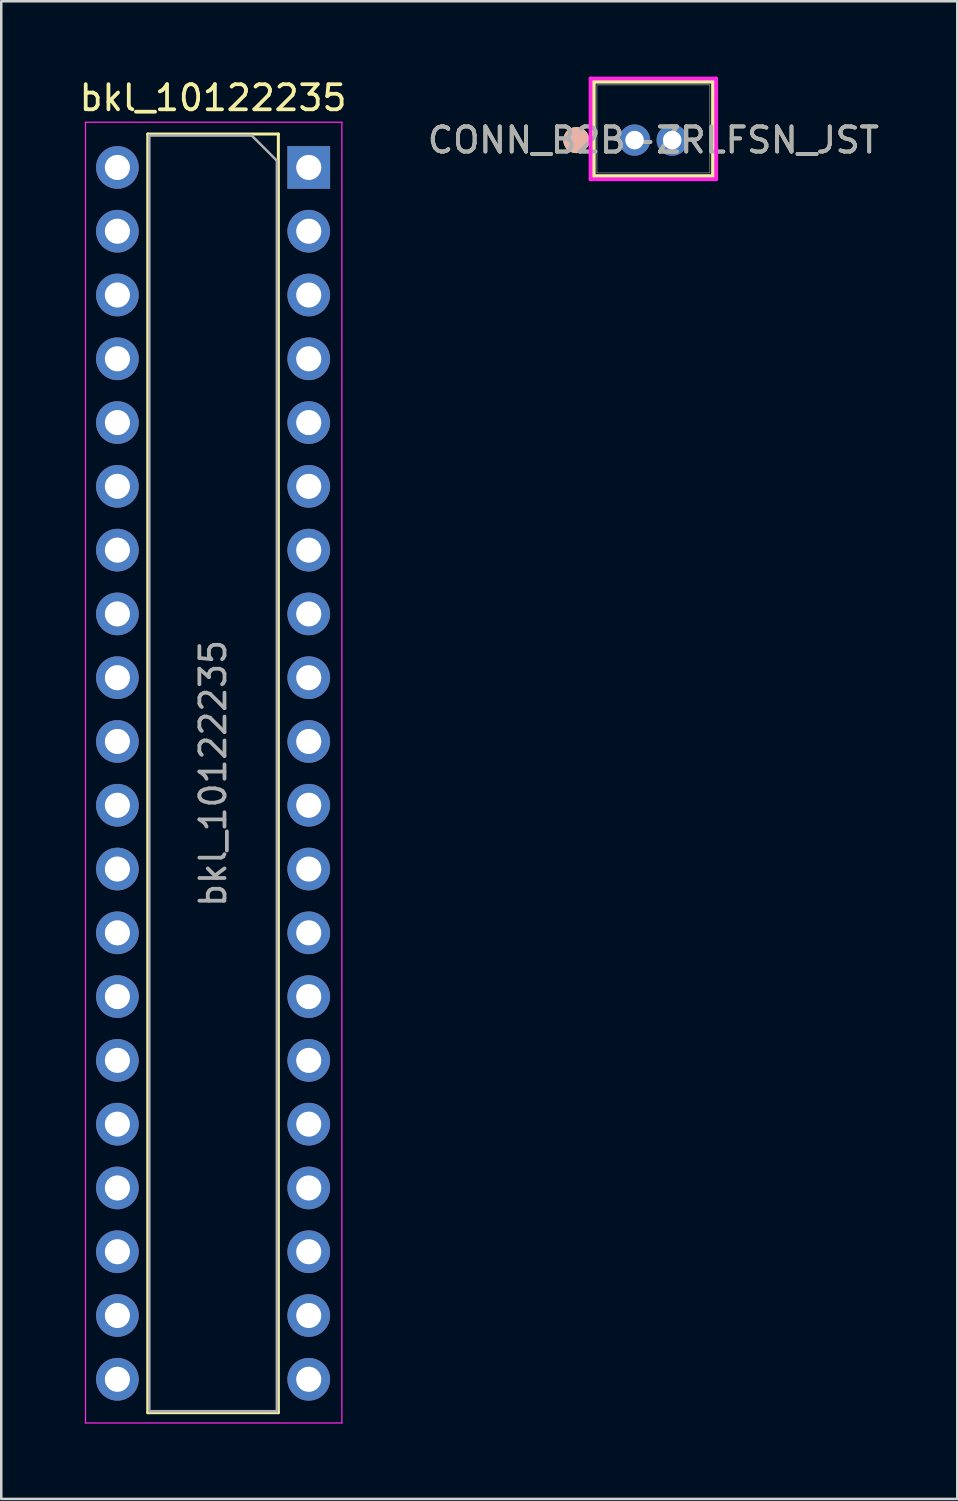
<source format=kicad_pcb>
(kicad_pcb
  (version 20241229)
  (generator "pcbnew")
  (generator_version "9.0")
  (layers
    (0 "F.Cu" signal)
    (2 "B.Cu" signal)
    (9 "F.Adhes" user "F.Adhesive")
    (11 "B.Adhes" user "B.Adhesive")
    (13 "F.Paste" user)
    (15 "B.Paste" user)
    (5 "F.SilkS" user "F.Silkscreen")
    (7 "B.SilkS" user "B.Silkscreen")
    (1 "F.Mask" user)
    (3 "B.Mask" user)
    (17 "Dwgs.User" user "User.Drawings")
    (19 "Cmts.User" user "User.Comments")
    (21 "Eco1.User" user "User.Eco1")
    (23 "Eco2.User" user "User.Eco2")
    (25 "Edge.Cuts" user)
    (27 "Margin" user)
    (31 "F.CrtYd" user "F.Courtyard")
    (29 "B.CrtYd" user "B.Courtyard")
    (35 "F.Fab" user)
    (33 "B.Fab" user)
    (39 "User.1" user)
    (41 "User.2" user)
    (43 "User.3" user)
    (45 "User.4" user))
  (footprint "bkl_10122235"
    (layer "F.Cu")
    (at 6.705 3.618)
    (property "Reference" "bkl_10122235" (at -1.27 -2.77 0) (layer "F.SilkS") (effects (font (size 1 1) (thickness 0.15))))
    (attr through_hole)
    (fp_line (start -3.87 -1.33) (end -3.87 49.59) (stroke (width 0.12) (type solid)) (layer "F.SilkS"))
    (fp_line (start -3.87 -1.33) (end 1.33 -1.33) (stroke (width 0.12) (type solid)) (layer "F.SilkS"))
    (fp_line (start -3.87 49.59) (end 1.33 49.59) (stroke (width 0.12) (type solid)) (layer "F.SilkS"))
    (fp_line (start 1.33 -1.33) (end 1.33 49.59) (stroke (width 0.12) (type solid)) (layer "F.SilkS"))
    (fp_line (start -6.35 -1.8) (end 3.86 -1.8) (stroke (width 0.05) (type solid)) (layer "F.CrtYd"))
    (fp_line (start -6.35 50) (end -6.35 -1.8) (stroke (width 0.05) (type solid)) (layer "F.CrtYd"))
    (fp_line (start 3.86 -1.8) (end 3.86 50) (stroke (width 0.05) (type solid)) (layer "F.CrtYd"))
    (fp_line (start 3.86 50) (end -6.35 50) (stroke (width 0.05) (type solid)) (layer "F.CrtYd"))
    (fp_line (start -3.81 -1.27) (end 0.27 -1.27) (stroke (width 0.1) (type solid)) (layer "F.Fab"))
    (fp_line (start -3.81 49.53) (end -3.81 -1.27) (stroke (width 0.1) (type solid)) (layer "F.Fab"))
    (fp_line (start 0.27 -1.27) (end 1.27 -0.27) (stroke (width 0.1) (type solid)) (layer "F.Fab"))
    (fp_line (start 1.27 -0.27) (end 1.27 49.53) (stroke (width 0.1) (type solid)) (layer "F.Fab"))
    (fp_line (start 1.27 49.53) (end -3.81 49.53) (stroke (width 0.1) (type solid)) (layer "F.Fab"))
    (fp_text user "${REFERENCE}" (at -1.27 24.13 90) (layer "F.Fab") (effects (font (size 1 1) (thickness 0.15))))
    (pad "1" thru_hole rect (at 2.54 0) (size 1.7 1.7) (drill 1) (layers "*.Cu" "*.Mask"))
    (pad "2" thru_hole oval (at -5.08 0) (size 1.7 1.7) (drill 1) (layers "*.Cu" "*.Mask"))
    (pad "3" thru_hole oval (at 2.54 2.54) (size 1.7 1.7) (drill 1) (layers "*.Cu" "*.Mask"))
    (pad "4" thru_hole oval (at -5.08 2.54) (size 1.7 1.7) (drill 1) (layers "*.Cu" "*.Mask"))
    (pad "5" thru_hole oval (at 2.54 5.08) (size 1.7 1.7) (drill 1) (layers "*.Cu" "*.Mask"))
    (pad "6" thru_hole oval (at -5.08 5.08) (size 1.7 1.7) (drill 1) (layers "*.Cu" "*.Mask"))
    (pad "7" thru_hole oval (at 2.54 7.62) (size 1.7 1.7) (drill 1) (layers "*.Cu" "*.Mask"))
    (pad "8" thru_hole oval (at -5.08 7.62) (size 1.7 1.7) (drill 1) (layers "*.Cu" "*.Mask"))
    (pad "9" thru_hole oval (at 2.54 10.16) (size 1.7 1.7) (drill 1) (layers "*.Cu" "*.Mask"))
    (pad "10" thru_hole oval (at -5.08 10.16) (size 1.7 1.7) (drill 1) (layers "*.Cu" "*.Mask"))
    (pad "11" thru_hole oval (at 2.54 12.7) (size 1.7 1.7) (drill 1) (layers "*.Cu" "*.Mask"))
    (pad "12" thru_hole oval (at -5.08 12.7) (size 1.7 1.7) (drill 1) (layers "*.Cu" "*.Mask"))
    (pad "13" thru_hole oval (at 2.54 15.24) (size 1.7 1.7) (drill 1) (layers "*.Cu" "*.Mask"))
    (pad "14" thru_hole oval (at -5.08 15.24) (size 1.7 1.7) (drill 1) (layers "*.Cu" "*.Mask"))
    (pad "15" thru_hole oval (at 2.54 17.78) (size 1.7 1.7) (drill 1) (layers "*.Cu" "*.Mask"))
    (pad "16" thru_hole oval (at -5.08 17.78) (size 1.7 1.7) (drill 1) (layers "*.Cu" "*.Mask"))
    (pad "17" thru_hole oval (at 2.54 20.32) (size 1.7 1.7) (drill 1) (layers "*.Cu" "*.Mask"))
    (pad "18" thru_hole oval (at -5.08 20.32) (size 1.7 1.7) (drill 1) (layers "*.Cu" "*.Mask"))
    (pad "19" thru_hole oval (at 2.54 22.86) (size 1.7 1.7) (drill 1) (layers "*.Cu" "*.Mask"))
    (pad "20" thru_hole oval (at -5.08 22.86) (size 1.7 1.7) (drill 1) (layers "*.Cu" "*.Mask"))
    (pad "21" thru_hole oval (at 2.54 25.4) (size 1.7 1.7) (drill 1) (layers "*.Cu" "*.Mask"))
    (pad "22" thru_hole oval (at -5.08 25.4) (size 1.7 1.7) (drill 1) (layers "*.Cu" "*.Mask"))
    (pad "23" thru_hole oval (at 2.54 27.94) (size 1.7 1.7) (drill 1) (layers "*.Cu" "*.Mask"))
    (pad "24" thru_hole oval (at -5.08 27.94) (size 1.7 1.7) (drill 1) (layers "*.Cu" "*.Mask"))
    (pad "25" thru_hole oval (at 2.54 30.48) (size 1.7 1.7) (drill 1) (layers "*.Cu" "*.Mask"))
    (pad "26" thru_hole oval (at -5.08 30.48) (size 1.7 1.7) (drill 1) (layers "*.Cu" "*.Mask"))
    (pad "27" thru_hole oval (at 2.54 33.02) (size 1.7 1.7) (drill 1) (layers "*.Cu" "*.Mask"))
    (pad "28" thru_hole oval (at -5.08 33.02) (size 1.7 1.7) (drill 1) (layers "*.Cu" "*.Mask"))
    (pad "29" thru_hole oval (at 2.54 35.56) (size 1.7 1.7) (drill 1) (layers "*.Cu" "*.Mask"))
    (pad "30" thru_hole oval (at -5.08 35.56) (size 1.7 1.7) (drill 1) (layers "*.Cu" "*.Mask"))
    (pad "31" thru_hole oval (at 2.54 38.1) (size 1.7 1.7) (drill 1) (layers "*.Cu" "*.Mask"))
    (pad "32" thru_hole oval (at -5.08 38.1) (size 1.7 1.7) (drill 1) (layers "*.Cu" "*.Mask"))
    (pad "33" thru_hole oval (at 2.54 40.64) (size 1.7 1.7) (drill 1) (layers "*.Cu" "*.Mask"))
    (pad "34" thru_hole oval (at -5.08 40.64) (size 1.7 1.7) (drill 1) (layers "*.Cu" "*.Mask"))
    (pad "35" thru_hole oval (at 2.54 43.18) (size 1.7 1.7) (drill 1) (layers "*.Cu" "*.Mask"))
    (pad "36" thru_hole oval (at -5.08 43.18) (size 1.7 1.7) (drill 1) (layers "*.Cu" "*.Mask"))
    (pad "37" thru_hole oval (at 2.54 45.72) (size 1.7 1.7) (drill 1) (layers "*.Cu" "*.Mask"))
    (pad "38" thru_hole oval (at -5.08 45.72) (size 1.7 1.7) (drill 1) (layers "*.Cu" "*.Mask"))
    (pad "39" thru_hole oval (at 2.54 48.26) (size 1.7 1.7) (drill 1) (layers "*.Cu" "*.Mask"))
    (pad "40" thru_hole oval (at -5.08 48.26) (size 1.7 1.7) (drill 1) (layers "*.Cu" "*.Mask")))
  (footprint "CONN_B2B-ZRLFSN_JST"
    (layer "F.Cu")
    (at 22.22 2.53)
    (property "Reference" "CONN_B2B-ZRLFSN_JST" (at 0.75 0 0) (unlocked yes) (layer "F.SilkS") (effects (font (size 1 1) (thickness 0.15))))
    (attr through_hole)
    (fp_line (start -1.625 -2.327) (end -1.625 1.432) (stroke (width 0.152) (type solid)) (layer "F.SilkS"))
    (fp_line (start -1.625 1.432) (end 3.125 1.432) (stroke (width 0.152) (type solid)) (layer "F.SilkS"))
    (fp_line (start 3.125 -2.327) (end -1.625 -2.327) (stroke (width 0.152) (type solid)) (layer "F.SilkS"))
    (fp_line (start 3.125 1.432) (end 3.125 -2.327) (stroke (width 0.152) (type solid)) (layer "F.SilkS"))
    (fp_circle (center -2.32 0) (end -2.32 0.01) (stroke (width 0.508) (type solid)) (fill no) (layer "F.SilkS"))
    (fp_circle (center -2.32 0) (end -2.313 0.007) (stroke (width 0.508) (type solid)) (fill no) (layer "B.SilkS"))
    (fp_line (start -1.752 -2.454) (end -1.752 1.559) (stroke (width 0.152) (type solid)) (layer "F.CrtYd"))
    (fp_line (start -1.752 1.559) (end 3.252 1.559) (stroke (width 0.152) (type solid)) (layer "F.CrtYd"))
    (fp_line (start 3.252 -2.454) (end -1.752 -2.454) (stroke (width 0.152) (type solid)) (layer "F.CrtYd"))
    (fp_line (start 3.252 1.559) (end 3.252 -2.454) (stroke (width 0.152) (type solid)) (layer "F.CrtYd"))
    (fp_line (start -1.498 -2.2) (end -1.498 1.305) (stroke (width 0.025) (type solid)) (layer "F.Fab"))
    (fp_line (start -1.498 1.305) (end 2.998 1.305) (stroke (width 0.025) (type solid)) (layer "F.Fab"))
    (fp_line (start 2.998 -2.2) (end -1.498 -2.2) (stroke (width 0.025) (type solid)) (layer "F.Fab"))
    (fp_line (start 2.998 1.305) (end 2.998 -2.2) (stroke (width 0.025) (type solid)) (layer "F.Fab"))
    (fp_text user "${REFERENCE}" (at 0.75 0 0) (unlocked yes) (layer "F.Fab") (effects (font (size 1 1) (thickness 0.15))))
    (pad "1" thru_hole circle (at -0.000001 0) (size 1.245 1.245) (drill 0.737) (layers "*.Cu" "*.Mask"))
    (pad "2" thru_hole circle (at 1.5 0) (size 1.245 1.245) (drill 0.737) (layers "*.Cu" "*.Mask")))
  (gr_rect
    (start -3 -3)
    (end 35.071 56.643)
    (stroke (width 0.1) (type default))
    (fill no)
    (layer "Edge.Cuts")))
</source>
